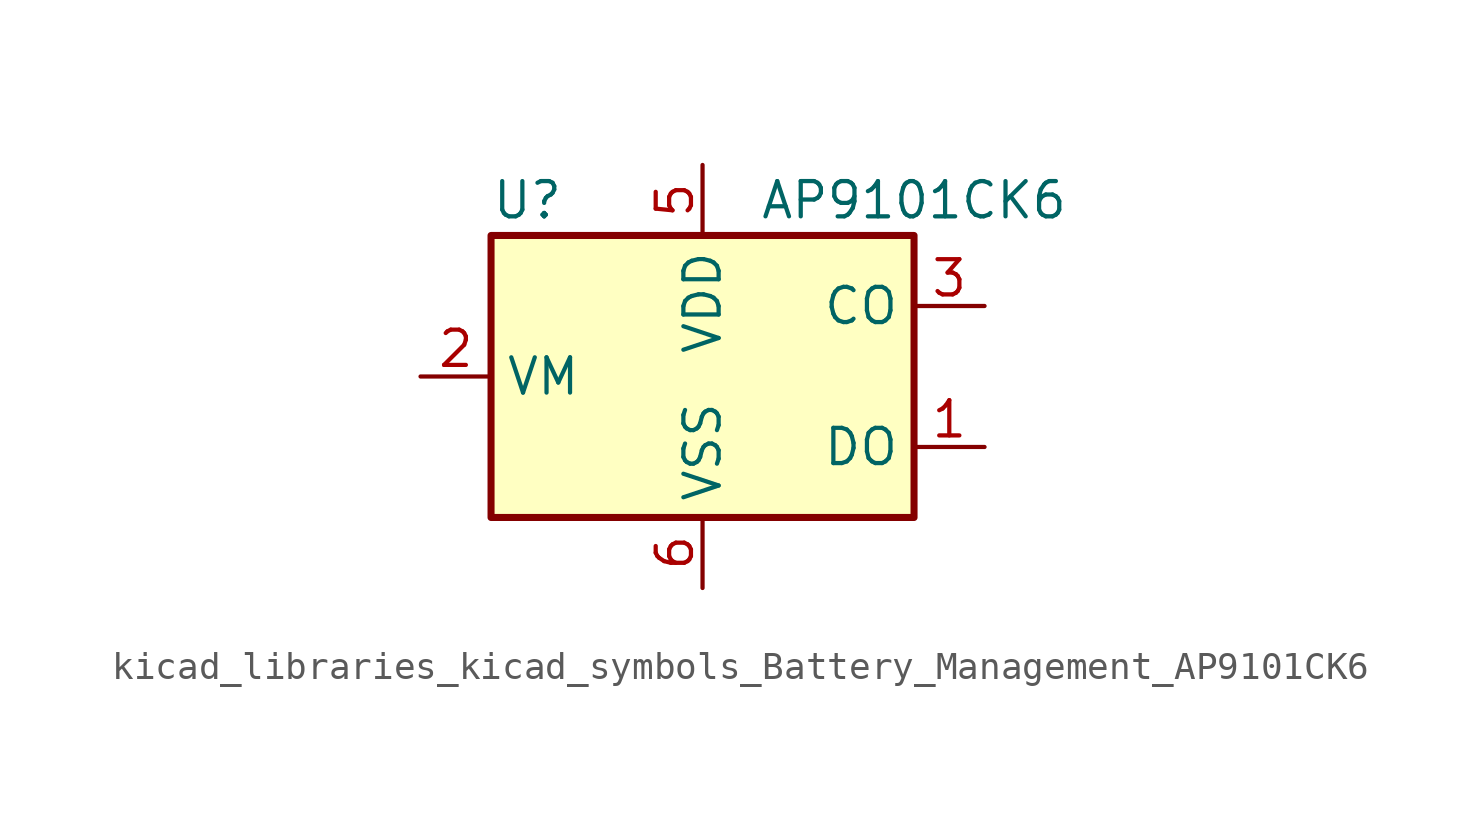
<source format=kicad_sym>
(kicad_symbol_lib
  (version 20220914)
  (generator kicad_symbol_editor)
  (symbol "kicad_libraries_kicad_symbols_Battery_Management_AP9101CK6"
    (property "Reference" "U"
      (at -7.62 6.35 0)
      (effects (font (size 1.27 1.27)) (justify left)))
    (property "Value" "AP9101CK6"
      (at 7.62 6.35 0)
      (effects (font (size 1.27 1.27))))
    (symbol "kicad_libraries_kicad_symbols_Battery_Management_AP9101CK6_0_1"
      (rectangle (start -7.62 5.08) (end 7.62 -5.08) (stroke (width 0.254) (type default)) (fill (type background))))
    (symbol "kicad_libraries_kicad_symbols_Battery_Management_AP9101CK6_1_1"
      (pin output line (at 10.16 -2.54 180) (length 2.54) (name "DO" (effects (font (size 1.27 1.27)))) (number "1" (effects (font (size 1.27 1.27)))))
      (pin passive line (at -10.16 0 0) (length 2.54) (name "VM" (effects (font (size 1.27 1.27)))) (number "2" (effects (font (size 1.27 1.27)))))
      (pin output line (at 10.16 2.54 180) (length 2.54) (name "CO" (effects (font (size 1.27 1.27)))) (number "3" (effects (font (size 1.27 1.27)))))
      (pin no_connect line (at -7.62 -2.54 0) (length 2.54) hide (name "NC" (effects (font (size 1.27 1.27)))) (number "4" (effects (font (size 1.27 1.27)))))
      (pin power_in line (at 0 7.62 270) (length 2.54) (name "VDD" (effects (font (size 1.27 1.27)))) (number "5" (effects (font (size 1.27 1.27)))))
      (pin power_in line (at 0 -7.62 90) (length 2.54) (name "VSS" (effects (font (size 1.27 1.27)))) (number "6" (effects (font (size 1.27 1.27))))))))
</source>
